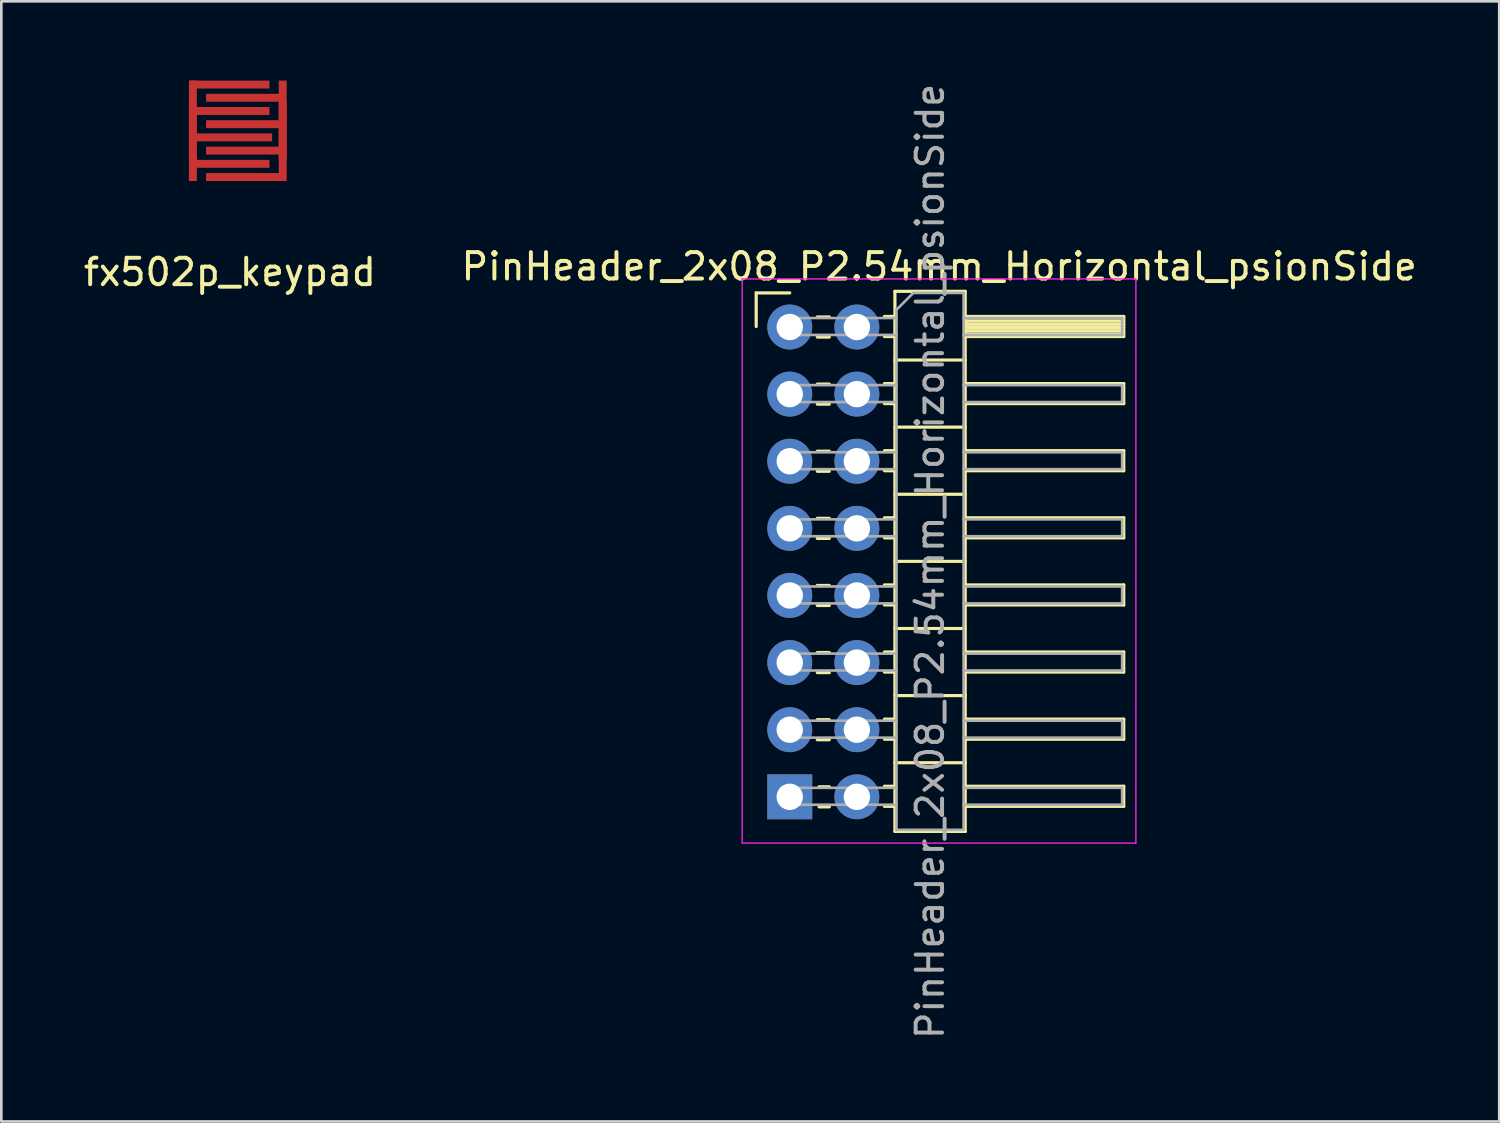
<source format=kicad_pcb>
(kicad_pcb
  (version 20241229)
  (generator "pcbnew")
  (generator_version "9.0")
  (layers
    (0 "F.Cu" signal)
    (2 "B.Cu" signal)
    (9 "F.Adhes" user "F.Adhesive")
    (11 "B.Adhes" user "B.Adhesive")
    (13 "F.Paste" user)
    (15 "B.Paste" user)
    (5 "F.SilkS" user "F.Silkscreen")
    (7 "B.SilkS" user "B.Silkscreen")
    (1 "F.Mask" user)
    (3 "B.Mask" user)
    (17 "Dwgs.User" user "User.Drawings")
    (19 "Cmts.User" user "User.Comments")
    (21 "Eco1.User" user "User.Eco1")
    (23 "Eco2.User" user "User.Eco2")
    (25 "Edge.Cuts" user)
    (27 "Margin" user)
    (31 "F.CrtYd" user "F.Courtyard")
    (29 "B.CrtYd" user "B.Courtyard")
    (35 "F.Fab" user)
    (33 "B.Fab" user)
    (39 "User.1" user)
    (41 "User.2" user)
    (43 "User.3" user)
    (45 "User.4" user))
  (footprint "fx502p_keypad"
    (layer "F.Cu")
    (at 5.949 1.85)
    (property "Reference" "fx502p_keypad" (at -0.3 5.4 0) (layer "F.SilkS") (effects (font (size 1 1) (thickness 0.15))))
    (attr through_hole)
    (fp_poly (pts (xy 1.775 1.875) (xy -1.775 1.875) (xy -1.775 -1.775) (xy 1.775 -1.775)) (stroke (width 0.1) (type solid)) (fill yes) (layer "F.Mask"))
    (pad "1" smd rect (at -1.7 -0.35) (size 0.3 3) (layers "F.Cu" "F.Mask"))
    (pad "1" smd rect (at -1.7 0.45) (size 0.3 3) (layers "F.Cu" "F.Mask"))
    (pad "1" smd rect (at -0.3 -1.7) (size 3 0.3) (layers "F.Cu" "F.Mask"))
    (pad "1" smd rect (at -0.3 -0.7) (size 3 0.3) (layers "F.Cu" "F.Mask"))
    (pad "1" smd rect (at -0.3 1.3) (size 3 0.3) (layers "F.Cu" "F.Mask"))
    (pad "1" smd rect (at -0.2 0.3) (size 3 0.3) (layers "F.Cu" "F.Mask"))
    (pad "2" smd rect (at 0.3 -1.2) (size 3 0.3) (layers "F.Cu" "F.Mask"))
    (pad "2" smd rect (at 0.3 -0.2) (size 3 0.3) (layers "F.Cu" "F.Mask"))
    (pad "2" smd rect (at 0.3 0.8) (size 3 0.3) (layers "F.Cu" "F.Mask"))
    (pad "2" smd rect (at 0.3 1.8) (size 3 0.3) (layers "F.Cu" "F.Mask"))
    (pad "2" smd rect (at 1.7 -0.35) (size 0.3 3) (layers "F.Cu" "F.Mask"))
    (pad "2" smd rect (at 1.7 0.45) (size 0.3 3) (layers "F.Cu" "F.Mask")))
  (footprint "PinHeader_2x08_P2.54mm_Horizontal_psionSide"
    (layer "F.Cu")
    (at 26.839 9.306)
    (property "Reference" "PinHeader_2x08_P2.54mm_Horizontal_psionSide" (at 5.655 -2.27 0) (layer "F.SilkS") (effects (font (size 1 1) (thickness 0.15))))
    (attr through_hole)
    (fp_line (start -1.27 -1.27) (end 0 -1.27) (stroke (width 0.12) (type solid)) (layer "F.SilkS"))
    (fp_line (start -1.27 0) (end -1.27 -1.27) (stroke (width 0.12) (type solid)) (layer "F.SilkS"))
    (fp_line (start 1.043 -0.36) (end 1.497 -0.36) (stroke (width 0.12) (type solid)) (layer "F.SilkS"))
    (fp_line (start 1.043 0.4) (end 1.497 0.4) (stroke (width 0.12) (type solid)) (layer "F.SilkS"))
    (fp_line (start 1.043 2.18) (end 1.497 2.18) (stroke (width 0.12) (type solid)) (layer "F.SilkS"))
    (fp_line (start 1.043 2.94) (end 1.497 2.94) (stroke (width 0.12) (type solid)) (layer "F.SilkS"))
    (fp_line (start 1.043 4.72) (end 1.497 4.72) (stroke (width 0.12) (type solid)) (layer "F.SilkS"))
    (fp_line (start 1.043 5.48) (end 1.497 5.48) (stroke (width 0.12) (type solid)) (layer "F.SilkS"))
    (fp_line (start 1.043 7.26) (end 1.497 7.26) (stroke (width 0.12) (type solid)) (layer "F.SilkS"))
    (fp_line (start 1.043 8.02) (end 1.497 8.02) (stroke (width 0.12) (type solid)) (layer "F.SilkS"))
    (fp_line (start 1.043 9.8) (end 1.497 9.8) (stroke (width 0.12) (type solid)) (layer "F.SilkS"))
    (fp_line (start 1.043 10.56) (end 1.497 10.56) (stroke (width 0.12) (type solid)) (layer "F.SilkS"))
    (fp_line (start 1.043 12.34) (end 1.497 12.34) (stroke (width 0.12) (type solid)) (layer "F.SilkS"))
    (fp_line (start 1.043 13.1) (end 1.497 13.1) (stroke (width 0.12) (type solid)) (layer "F.SilkS"))
    (fp_line (start 1.043 14.88) (end 1.497 14.88) (stroke (width 0.12) (type solid)) (layer "F.SilkS"))
    (fp_line (start 1.043 15.64) (end 1.497 15.64) (stroke (width 0.12) (type solid)) (layer "F.SilkS"))
    (fp_line (start 1.11 17.42) (end 1.497 17.42) (stroke (width 0.12) (type solid)) (layer "F.SilkS"))
    (fp_line (start 1.11 18.18) (end 1.497 18.18) (stroke (width 0.12) (type solid)) (layer "F.SilkS"))
    (fp_line (start 3.583 -0.38) (end 3.98 -0.38) (stroke (width 0.12) (type solid)) (layer "F.SilkS"))
    (fp_line (start 3.583 0.38) (end 3.98 0.38) (stroke (width 0.12) (type solid)) (layer "F.SilkS"))
    (fp_line (start 3.583 2.16) (end 3.98 2.16) (stroke (width 0.12) (type solid)) (layer "F.SilkS"))
    (fp_line (start 3.583 2.92) (end 3.98 2.92) (stroke (width 0.12) (type solid)) (layer "F.SilkS"))
    (fp_line (start 3.583 4.7) (end 3.98 4.7) (stroke (width 0.12) (type solid)) (layer "F.SilkS"))
    (fp_line (start 3.583 5.46) (end 3.98 5.46) (stroke (width 0.12) (type solid)) (layer "F.SilkS"))
    (fp_line (start 3.583 7.24) (end 3.98 7.24) (stroke (width 0.12) (type solid)) (layer "F.SilkS"))
    (fp_line (start 3.583 8) (end 3.98 8) (stroke (width 0.12) (type solid)) (layer "F.SilkS"))
    (fp_line (start 3.583 9.78) (end 3.98 9.78) (stroke (width 0.12) (type solid)) (layer "F.SilkS"))
    (fp_line (start 3.583 10.54) (end 3.98 10.54) (stroke (width 0.12) (type solid)) (layer "F.SilkS"))
    (fp_line (start 3.583 12.32) (end 3.98 12.32) (stroke (width 0.12) (type solid)) (layer "F.SilkS"))
    (fp_line (start 3.583 13.08) (end 3.98 13.08) (stroke (width 0.12) (type solid)) (layer "F.SilkS"))
    (fp_line (start 3.583 14.86) (end 3.98 14.86) (stroke (width 0.12) (type solid)) (layer "F.SilkS"))
    (fp_line (start 3.583 15.62) (end 3.98 15.62) (stroke (width 0.12) (type solid)) (layer "F.SilkS"))
    (fp_line (start 3.583 17.4) (end 3.98 17.4) (stroke (width 0.12) (type solid)) (layer "F.SilkS"))
    (fp_line (start 3.583 18.16) (end 3.98 18.16) (stroke (width 0.12) (type solid)) (layer "F.SilkS"))
    (fp_line (start 3.98 -1.33) (end 3.98 19.11) (stroke (width 0.12) (type solid)) (layer "F.SilkS"))
    (fp_line (start 3.98 1.27) (end 6.64 1.27) (stroke (width 0.12) (type solid)) (layer "F.SilkS"))
    (fp_line (start 3.98 3.81) (end 6.64 3.81) (stroke (width 0.12) (type solid)) (layer "F.SilkS"))
    (fp_line (start 3.98 6.35) (end 6.64 6.35) (stroke (width 0.12) (type solid)) (layer "F.SilkS"))
    (fp_line (start 3.98 8.89) (end 6.64 8.89) (stroke (width 0.12) (type solid)) (layer "F.SilkS"))
    (fp_line (start 3.98 11.43) (end 6.64 11.43) (stroke (width 0.12) (type solid)) (layer "F.SilkS"))
    (fp_line (start 3.98 13.97) (end 6.64 13.97) (stroke (width 0.12) (type solid)) (layer "F.SilkS"))
    (fp_line (start 3.98 16.51) (end 6.64 16.51) (stroke (width 0.12) (type solid)) (layer "F.SilkS"))
    (fp_line (start 3.98 19.11) (end 6.64 19.11) (stroke (width 0.12) (type solid)) (layer "F.SilkS"))
    (fp_line (start 6.64 -1.33) (end 3.98 -1.33) (stroke (width 0.12) (type solid)) (layer "F.SilkS"))
    (fp_line (start 6.64 -0.38) (end 12.64 -0.38) (stroke (width 0.12) (type solid)) (layer "F.SilkS"))
    (fp_line (start 6.64 -0.32) (end 12.64 -0.32) (stroke (width 0.12) (type solid)) (layer "F.SilkS"))
    (fp_line (start 6.64 -0.2) (end 12.64 -0.2) (stroke (width 0.12) (type solid)) (layer "F.SilkS"))
    (fp_line (start 6.64 -0.08) (end 12.64 -0.08) (stroke (width 0.12) (type solid)) (layer "F.SilkS"))
    (fp_line (start 6.64 0.04) (end 12.64 0.04) (stroke (width 0.12) (type solid)) (layer "F.SilkS"))
    (fp_line (start 6.64 0.16) (end 12.64 0.16) (stroke (width 0.12) (type solid)) (layer "F.SilkS"))
    (fp_line (start 6.64 0.28) (end 12.64 0.28) (stroke (width 0.12) (type solid)) (layer "F.SilkS"))
    (fp_line (start 6.64 2.16) (end 12.64 2.16) (stroke (width 0.12) (type solid)) (layer "F.SilkS"))
    (fp_line (start 6.64 4.7) (end 12.64 4.7) (stroke (width 0.12) (type solid)) (layer "F.SilkS"))
    (fp_line (start 6.64 7.24) (end 12.64 7.24) (stroke (width 0.12) (type solid)) (layer "F.SilkS"))
    (fp_line (start 6.64 9.78) (end 12.64 9.78) (stroke (width 0.12) (type solid)) (layer "F.SilkS"))
    (fp_line (start 6.64 12.32) (end 12.64 12.32) (stroke (width 0.12) (type solid)) (layer "F.SilkS"))
    (fp_line (start 6.64 14.86) (end 12.64 14.86) (stroke (width 0.12) (type solid)) (layer "F.SilkS"))
    (fp_line (start 6.64 17.4) (end 12.64 17.4) (stroke (width 0.12) (type solid)) (layer "F.SilkS"))
    (fp_line (start 6.64 19.11) (end 6.64 -1.33) (stroke (width 0.12) (type solid)) (layer "F.SilkS"))
    (fp_line (start 12.64 -0.38) (end 12.64 0.38) (stroke (width 0.12) (type solid)) (layer "F.SilkS"))
    (fp_line (start 12.64 0.38) (end 6.64 0.38) (stroke (width 0.12) (type solid)) (layer "F.SilkS"))
    (fp_line (start 12.64 2.16) (end 12.64 2.92) (stroke (width 0.12) (type solid)) (layer "F.SilkS"))
    (fp_line (start 12.64 2.92) (end 6.64 2.92) (stroke (width 0.12) (type solid)) (layer "F.SilkS"))
    (fp_line (start 12.64 4.7) (end 12.64 5.46) (stroke (width 0.12) (type solid)) (layer "F.SilkS"))
    (fp_line (start 12.64 5.46) (end 6.64 5.46) (stroke (width 0.12) (type solid)) (layer "F.SilkS"))
    (fp_line (start 12.64 7.24) (end 12.64 8) (stroke (width 0.12) (type solid)) (layer "F.SilkS"))
    (fp_line (start 12.64 8) (end 6.64 8) (stroke (width 0.12) (type solid)) (layer "F.SilkS"))
    (fp_line (start 12.64 9.78) (end 12.64 10.54) (stroke (width 0.12) (type solid)) (layer "F.SilkS"))
    (fp_line (start 12.64 10.54) (end 6.64 10.54) (stroke (width 0.12) (type solid)) (layer "F.SilkS"))
    (fp_line (start 12.64 12.32) (end 12.64 13.08) (stroke (width 0.12) (type solid)) (layer "F.SilkS"))
    (fp_line (start 12.64 13.08) (end 6.64 13.08) (stroke (width 0.12) (type solid)) (layer "F.SilkS"))
    (fp_line (start 12.64 14.86) (end 12.64 15.62) (stroke (width 0.12) (type solid)) (layer "F.SilkS"))
    (fp_line (start 12.64 15.62) (end 6.64 15.62) (stroke (width 0.12) (type solid)) (layer "F.SilkS"))
    (fp_line (start 12.64 17.4) (end 12.64 18.16) (stroke (width 0.12) (type solid)) (layer "F.SilkS"))
    (fp_line (start 12.64 18.16) (end 6.64 18.16) (stroke (width 0.12) (type solid)) (layer "F.SilkS"))
    (fp_line (start -1.8 -1.8) (end -1.8 19.55) (stroke (width 0.05) (type solid)) (layer "F.CrtYd"))
    (fp_line (start -1.8 19.55) (end 13.1 19.55) (stroke (width 0.05) (type solid)) (layer "F.CrtYd"))
    (fp_line (start 13.1 -1.8) (end -1.8 -1.8) (stroke (width 0.05) (type solid)) (layer "F.CrtYd"))
    (fp_line (start 13.1 19.55) (end 13.1 -1.8) (stroke (width 0.05) (type solid)) (layer "F.CrtYd"))
    (fp_line (start -0.32 -0.32) (end 4.04 -0.32) (stroke (width 0.1) (type solid)) (layer "F.Fab"))
    (fp_line (start -0.32 0.32) (end 4.04 0.32) (stroke (width 0.1) (type solid)) (layer "F.Fab"))
    (fp_line (start -0.32 0.34) (end -0.32 -0.3) (stroke (width 0.1) (type solid)) (layer "F.Fab"))
    (fp_line (start -0.32 2.22) (end 4.04 2.22) (stroke (width 0.1) (type solid)) (layer "F.Fab"))
    (fp_line (start -0.32 2.86) (end 4.04 2.86) (stroke (width 0.1) (type solid)) (layer "F.Fab"))
    (fp_line (start -0.32 2.88) (end -0.32 2.24) (stroke (width 0.1) (type solid)) (layer "F.Fab"))
    (fp_line (start -0.32 4.76) (end 4.04 4.76) (stroke (width 0.1) (type solid)) (layer "F.Fab"))
    (fp_line (start -0.32 5.4) (end 4.04 5.4) (stroke (width 0.1) (type solid)) (layer "F.Fab"))
    (fp_line (start -0.32 5.42) (end -0.32 4.78) (stroke (width 0.1) (type solid)) (layer "F.Fab"))
    (fp_line (start -0.32 7.3) (end 4.04 7.3) (stroke (width 0.1) (type solid)) (layer "F.Fab"))
    (fp_line (start -0.32 7.94) (end 4.04 7.94) (stroke (width 0.1) (type solid)) (layer "F.Fab"))
    (fp_line (start -0.32 7.96) (end -0.32 7.32) (stroke (width 0.1) (type solid)) (layer "F.Fab"))
    (fp_line (start -0.32 9.84) (end 4.04 9.84) (stroke (width 0.1) (type solid)) (layer "F.Fab"))
    (fp_line (start -0.32 10.48) (end 4.04 10.48) (stroke (width 0.1) (type solid)) (layer "F.Fab"))
    (fp_line (start -0.32 10.5) (end -0.32 9.86) (stroke (width 0.1) (type solid)) (layer "F.Fab"))
    (fp_line (start -0.32 12.38) (end 4.04 12.38) (stroke (width 0.1) (type solid)) (layer "F.Fab"))
    (fp_line (start -0.32 13.02) (end 4.04 13.02) (stroke (width 0.1) (type solid)) (layer "F.Fab"))
    (fp_line (start -0.32 13.04) (end -0.32 12.4) (stroke (width 0.1) (type solid)) (layer "F.Fab"))
    (fp_line (start -0.32 14.92) (end 4.04 14.92) (stroke (width 0.1) (type solid)) (layer "F.Fab"))
    (fp_line (start -0.32 15.56) (end 4.04 15.56) (stroke (width 0.1) (type solid)) (layer "F.Fab"))
    (fp_line (start -0.32 15.58) (end -0.32 14.94) (stroke (width 0.1) (type solid)) (layer "F.Fab"))
    (fp_line (start -0.32 17.46) (end 4.04 17.46) (stroke (width 0.1) (type solid)) (layer "F.Fab"))
    (fp_line (start -0.32 18.1) (end 4.04 18.1) (stroke (width 0.1) (type solid)) (layer "F.Fab"))
    (fp_line (start -0.32 18.12) (end -0.32 17.48) (stroke (width 0.1) (type solid)) (layer "F.Fab"))
    (fp_line (start 4.04 -0.635) (end 4.675 -1.27) (stroke (width 0.1) (type solid)) (layer "F.Fab"))
    (fp_line (start 4.04 19.05) (end 4.04 -0.635) (stroke (width 0.1) (type solid)) (layer "F.Fab"))
    (fp_line (start 4.675 -1.27) (end 6.58 -1.27) (stroke (width 0.1) (type solid)) (layer "F.Fab"))
    (fp_line (start 6.58 -1.27) (end 6.58 19.05) (stroke (width 0.1) (type solid)) (layer "F.Fab"))
    (fp_line (start 6.58 -0.32) (end 12.58 -0.32) (stroke (width 0.1) (type solid)) (layer "F.Fab"))
    (fp_line (start 6.58 0.32) (end 12.58 0.32) (stroke (width 0.1) (type solid)) (layer "F.Fab"))
    (fp_line (start 6.58 2.22) (end 12.58 2.22) (stroke (width 0.1) (type solid)) (layer "F.Fab"))
    (fp_line (start 6.58 2.86) (end 12.58 2.86) (stroke (width 0.1) (type solid)) (layer "F.Fab"))
    (fp_line (start 6.58 4.76) (end 12.58 4.76) (stroke (width 0.1) (type solid)) (layer "F.Fab"))
    (fp_line (start 6.58 5.4) (end 12.58 5.4) (stroke (width 0.1) (type solid)) (layer "F.Fab"))
    (fp_line (start 6.58 7.3) (end 12.58 7.3) (stroke (width 0.1) (type solid)) (layer "F.Fab"))
    (fp_line (start 6.58 7.94) (end 12.58 7.94) (stroke (width 0.1) (type solid)) (layer "F.Fab"))
    (fp_line (start 6.58 9.84) (end 12.58 9.84) (stroke (width 0.1) (type solid)) (layer "F.Fab"))
    (fp_line (start 6.58 10.48) (end 12.58 10.48) (stroke (width 0.1) (type solid)) (layer "F.Fab"))
    (fp_line (start 6.58 12.38) (end 12.58 12.38) (stroke (width 0.1) (type solid)) (layer "F.Fab"))
    (fp_line (start 6.58 13.02) (end 12.58 13.02) (stroke (width 0.1) (type solid)) (layer "F.Fab"))
    (fp_line (start 6.58 14.92) (end 12.58 14.92) (stroke (width 0.1) (type solid)) (layer "F.Fab"))
    (fp_line (start 6.58 15.56) (end 12.58 15.56) (stroke (width 0.1) (type solid)) (layer "F.Fab"))
    (fp_line (start 6.58 17.46) (end 12.58 17.46) (stroke (width 0.1) (type solid)) (layer "F.Fab"))
    (fp_line (start 6.58 18.1) (end 12.58 18.1) (stroke (width 0.1) (type solid)) (layer "F.Fab"))
    (fp_line (start 6.58 19.05) (end 4.04 19.05) (stroke (width 0.1) (type solid)) (layer "F.Fab"))
    (fp_line (start 12.58 -0.32) (end 12.58 0.32) (stroke (width 0.1) (type solid)) (layer "F.Fab"))
    (fp_line (start 12.58 2.22) (end 12.58 2.86) (stroke (width 0.1) (type solid)) (layer "F.Fab"))
    (fp_line (start 12.58 4.76) (end 12.58 5.4) (stroke (width 0.1) (type solid)) (layer "F.Fab"))
    (fp_line (start 12.58 7.3) (end 12.58 7.94) (stroke (width 0.1) (type solid)) (layer "F.Fab"))
    (fp_line (start 12.58 9.84) (end 12.58 10.48) (stroke (width 0.1) (type solid)) (layer "F.Fab"))
    (fp_line (start 12.58 12.38) (end 12.58 13.02) (stroke (width 0.1) (type solid)) (layer "F.Fab"))
    (fp_line (start 12.58 14.92) (end 12.58 15.56) (stroke (width 0.1) (type solid)) (layer "F.Fab"))
    (fp_line (start 12.58 17.46) (end 12.58 18.1) (stroke (width 0.1) (type solid)) (layer "F.Fab"))
    (fp_text user "${REFERENCE}" (at 5.31 8.89 90) (layer "F.Fab") (effects (font (size 1 1) (thickness 0.15))))
    (pad "1" thru_hole rect (at 0 17.8 180) (size 1.7 1.7) (drill 1) (layers "*.Cu" "*.Mask"))
    (pad "2" thru_hole oval (at 2.54 17.8 180) (size 1.7 1.7) (drill 1) (layers "*.Cu" "*.Mask"))
    (pad "3" thru_hole oval (at 0 15.26 180) (size 1.7 1.7) (drill 1) (layers "*.Cu" "*.Mask"))
    (pad "4" thru_hole oval (at 2.54 15.26 180) (size 1.7 1.7) (drill 1) (layers "*.Cu" "*.Mask"))
    (pad "5" thru_hole oval (at 0 12.72 180) (size 1.7 1.7) (drill 1) (layers "*.Cu" "*.Mask"))
    (pad "6" thru_hole oval (at 2.54 12.72 180) (size 1.7 1.7) (drill 1) (layers "*.Cu" "*.Mask"))
    (pad "7" thru_hole oval (at 0 10.18 180) (size 1.7 1.7) (drill 1) (layers "*.Cu" "*.Mask"))
    (pad "8" thru_hole oval (at 2.54 10.18 180) (size 1.7 1.7) (drill 1) (layers "*.Cu" "*.Mask"))
    (pad "9" thru_hole oval (at 0 7.64 180) (size 1.7 1.7) (drill 1) (layers "*.Cu" "*.Mask"))
    (pad "10" thru_hole oval (at 2.54 7.64 180) (size 1.7 1.7) (drill 1) (layers "*.Cu" "*.Mask"))
    (pad "11" thru_hole oval (at 0 5.1 180) (size 1.7 1.7) (drill 1) (layers "*.Cu" "*.Mask"))
    (pad "12" thru_hole oval (at 2.54 5.1 180) (size 1.7 1.7) (drill 1) (layers "*.Cu" "*.Mask"))
    (pad "13" thru_hole oval (at 0 2.56 180) (size 1.7 1.7) (drill 1) (layers "*.Cu" "*.Mask"))
    (pad "14" thru_hole oval (at 2.54 2.56 180) (size 1.7 1.7) (drill 1) (layers "*.Cu" "*.Mask"))
    (pad "15" thru_hole oval (at 0 0.02 180) (size 1.7 1.7) (drill 1) (layers "*.Cu" "*.Mask"))
    (pad "16" thru_hole oval (at 2.54 0.02 180) (size 1.7 1.7) (drill 1) (layers "*.Cu" "*.Mask")))
  (gr_rect
    (start -3 -3)
    (end 53.69 39.393)
    (stroke (width 0.1) (type default))
    (fill no)
    (layer "Edge.Cuts")))
</source>
